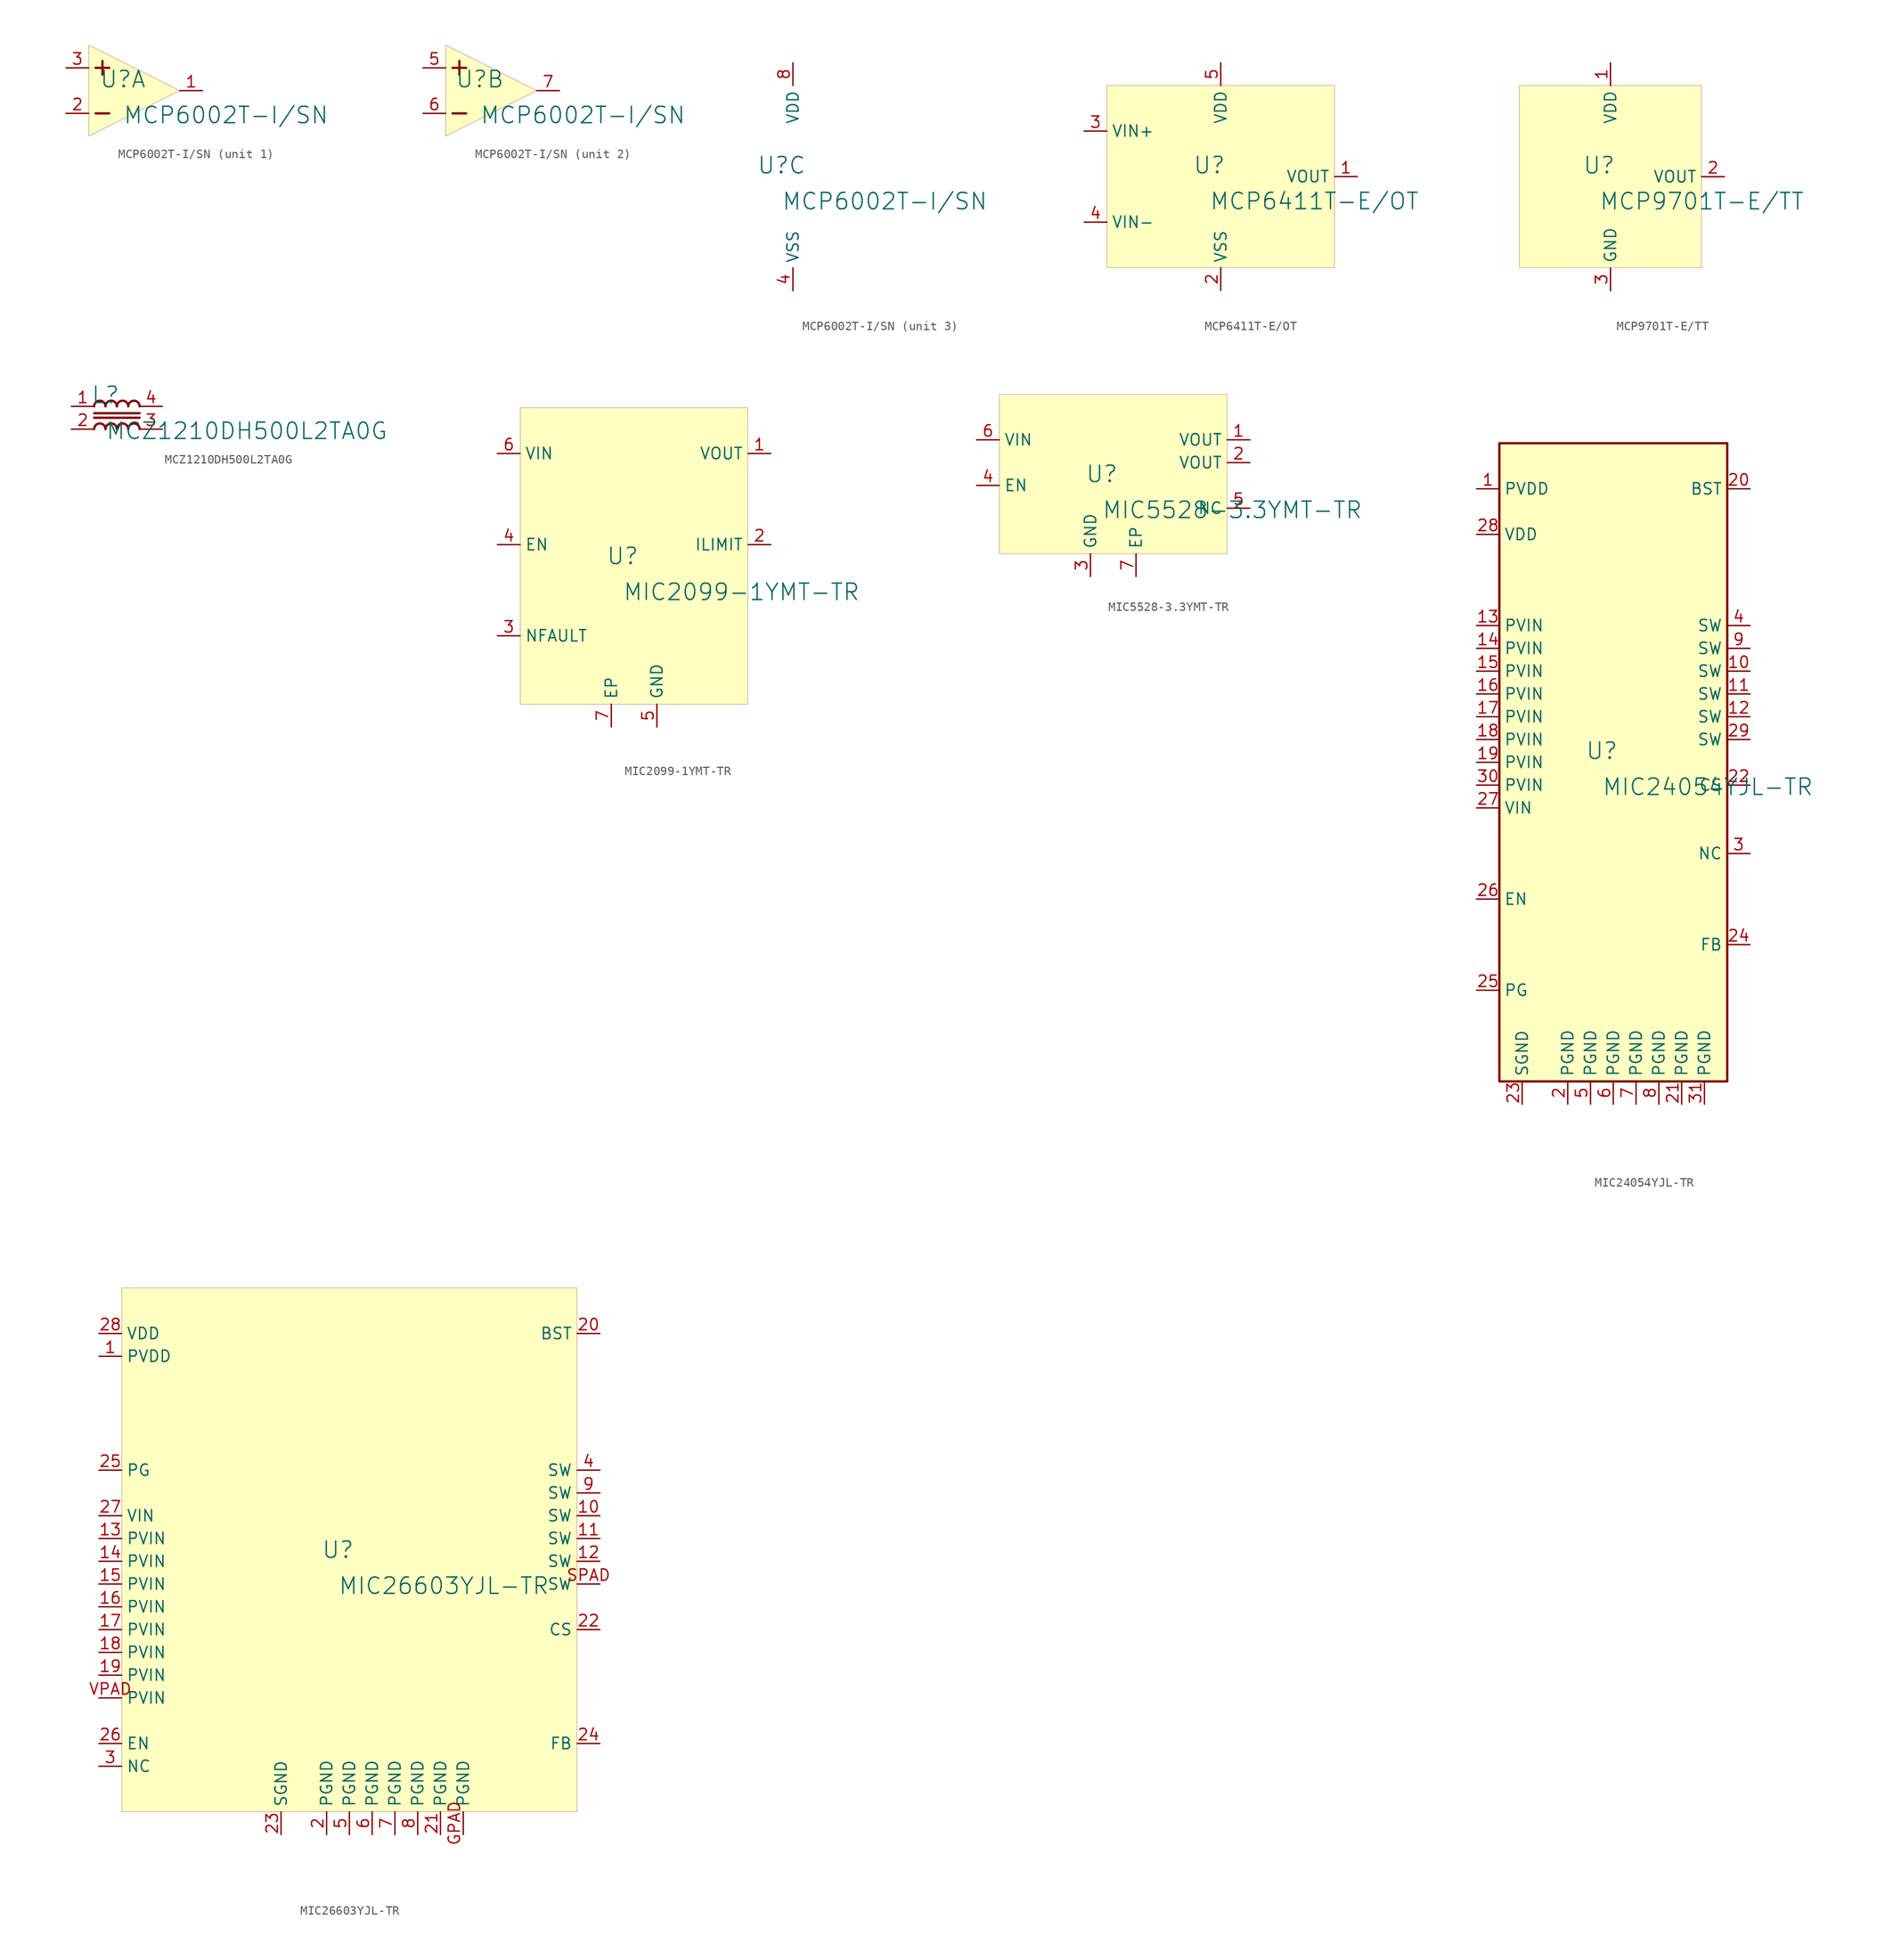
<source format=kicad_sym>
(kicad_symbol_lib
  (version 20231120)
  (generator "kicad_symbol_editor")
  (generator_version "8.0")
  (symbol "MCP6002T-I/SN"
    (property "Reference" "U"
      (at -1.27 1.27 0)
      (effects (font (size 1.829 1.829))))
    (property "Value" "MCP6002T-I/SN"
      (at -1.27 -3.81 0)
      (effects (font (size 1.829 1.829)) (justify left bottom)))
    (symbol "MCP6002T-I/SN_1_0"
      (polyline (pts (xy -4.318 -2.54) (xy -2.794 -2.54)) (stroke (width 0.254) (type solid)) (fill (type none)))
      (polyline (pts (xy -4.318 2.54) (xy -2.794 2.54)) (stroke (width 0.254) (type solid)) (fill (type none)))
      (polyline (pts (xy -3.556 1.778) (xy -3.556 3.302)) (stroke (width 0.254) (type solid)) (fill (type none)))
      (polyline (pts (xy 5.08 0) (xy -5.08 5.08) (xy -5.08 -5.08) (xy 5.08 0) (xy 5.08 0)) (stroke (width 0.025) (type solid)) (fill (type background)))
      (pin output line (at 7.62 0 180) (length 2.54) (name "1OUT" (effects (font (size 0 0)))) (number "1" (effects (font (size 1.27 1.27)))))
      (pin input line (at -7.62 -2.54 0) (length 2.54) (name "1IN-" (effects (font (size 0 0)))) (number "2" (effects (font (size 1.27 1.27)))))
      (pin input line (at -7.62 2.54 0) (length 2.54) (name "1IN+" (effects (font (size 0 0)))) (number "3" (effects (font (size 1.27 1.27))))))
    (symbol "MCP6002T-I/SN_2_0"
      (polyline (pts (xy -4.318 -2.54) (xy -2.794 -2.54)) (stroke (width 0.254) (type solid)) (fill (type none)))
      (polyline (pts (xy -4.318 2.54) (xy -2.794 2.54)) (stroke (width 0.254) (type solid)) (fill (type none)))
      (polyline (pts (xy -3.556 1.778) (xy -3.556 3.302)) (stroke (width 0.254) (type solid)) (fill (type none)))
      (polyline (pts (xy 5.08 0) (xy -5.08 5.08) (xy -5.08 -5.08) (xy 5.08 0) (xy 5.08 0)) (stroke (width 0.025) (type solid)) (fill (type background)))
      (pin input line (at -7.62 2.54 0) (length 2.54) (name "2IN+" (effects (font (size 0 0)))) (number "5" (effects (font (size 1.27 1.27)))))
      (pin input line (at -7.62 -2.54 0) (length 2.54) (name "2IN-" (effects (font (size 0 0)))) (number "6" (effects (font (size 1.27 1.27)))))
      (pin output line (at 7.62 0 180) (length 2.54) (name "2OUT" (effects (font (size 0 0)))) (number "7" (effects (font (size 1.27 1.27))))))
    (symbol "MCP6002T-I/SN_3_0"
      (pin power_in line (at 0 -12.7 90) (length 2.54) (name "VSS" (effects (font (size 1.27 1.27)))) (number "4" (effects (font (size 1.27 1.27)))))
      (pin power_in line (at 0 12.7 270) (length 2.54) (name "VDD" (effects (font (size 1.27 1.27)))) (number "8" (effects (font (size 1.27 1.27)))))))
  (symbol "MCP6411T-E/OT"
    (property "Reference" "U"
      (at -1.27 1.27 0)
      (effects (font (size 1.829 1.829))))
    (property "Value" "MCP6411T-E/OT"
      (at -1.27 -3.81 0)
      (effects (font (size 1.829 1.829)) (justify left bottom)))
    (symbol "MCP6411T-E/OT_1_0"
      (rectangle (start 12.7 10.16) (end -12.7 -10.16) (stroke (width 0.025) (type solid) (color 128 0 0 1)) (fill (type background)))
      (pin output line (at 15.24 0 180) (length 2.54) (name "VOUT" (effects (font (size 1.27 1.27)))) (number "1" (effects (font (size 1.27 1.27)))))
      (pin power_in line (at 0 -12.7 90) (length 2.54) (name "VSS" (effects (font (size 1.27 1.27)))) (number "2" (effects (font (size 1.27 1.27)))))
      (pin input line (at -15.24 5.08 0) (length 2.54) (name "VIN+" (effects (font (size 1.27 1.27)))) (number "3" (effects (font (size 1.27 1.27)))))
      (pin input line (at -15.24 -5.08 0) (length 2.54) (name "VIN-" (effects (font (size 1.27 1.27)))) (number "4" (effects (font (size 1.27 1.27)))))
      (pin power_in line (at 0 12.7 270) (length 2.54) (name "VDD" (effects (font (size 1.27 1.27)))) (number "5" (effects (font (size 1.27 1.27)))))))
  (symbol "MCP9701T-E/TT"
    (property "Reference" "U"
      (at -1.27 1.27 0)
      (effects (font (size 1.829 1.829))))
    (property "Value" "MCP9701T-E/TT"
      (at -1.27 -3.81 0)
      (effects (font (size 1.829 1.829)) (justify left bottom)))
    (symbol "MCP9701T-E/TT_1_0"
      (rectangle (start 10.16 10.16) (end -10.16 -10.16) (stroke (width 0.025) (type solid) (color 128 0 0 1)) (fill (type background)))
      (pin passive line (at 0 12.7 270) (length 2.54) (name "VDD" (effects (font (size 1.27 1.27)))) (number "1" (effects (font (size 1.27 1.27)))))
      (pin passive line (at 12.7 0 180) (length 2.54) (name "VOUT" (effects (font (size 1.27 1.27)))) (number "2" (effects (font (size 1.27 1.27)))))
      (pin passive line (at 0 -12.7 90) (length 2.54) (name "GND" (effects (font (size 1.27 1.27)))) (number "3" (effects (font (size 1.27 1.27)))))))
  (symbol "MCZ1210DH500L2TA0G"
    (property "Reference" "L"
      (at -1.27 1.27 0)
      (effects (font (size 1.829 1.829))))
    (property "Value" "MCZ1210DH500L2TA0G"
      (at -1.27 -3.81 0)
      (effects (font (size 1.829 1.829)) (justify left bottom)))
    (symbol "MCZ1210DH500L2TA0G_1_0"
      (arc (start -1.27 -2.54) (mid -1.905 -1.905) (end -2.54 -2.54) (stroke (width 0.254) (type solid)) (fill (type none)))
      (arc (start -1.27 0) (mid -1.905 0.635) (end -2.54 0) (stroke (width 0.254) (type solid)) (fill (type none)))
      (arc (start 0 -2.54) (mid -0.635 -1.905) (end -1.27 -2.54) (stroke (width 0.254) (type solid)) (fill (type none)))
      (arc (start 0 0) (mid -0.635 0.635) (end -1.27 0) (stroke (width 0.254) (type solid)) (fill (type none)))
      (polyline (pts (xy -2.54 -1.27) (xy 2.54 -1.27)) (stroke (width 0.254) (type solid)) (fill (type none)))
      (polyline (pts (xy 2.54 -0.762) (xy -2.54 -0.762)) (stroke (width 0.254) (type solid)) (fill (type none)))
      (arc (start 1.27 -2.54) (mid 0.635 -1.905) (end 0 -2.54) (stroke (width 0.254) (type solid)) (fill (type none)))
      (arc (start 1.27 0) (mid 0.635 0.635) (end 0 0) (stroke (width 0.254) (type solid)) (fill (type none)))
      (arc (start 2.54 -2.54) (mid 1.905 -1.905) (end 1.27 -2.54) (stroke (width 0.254) (type solid)) (fill (type none)))
      (arc (start 2.54 0) (mid 1.905 0.635) (end 1.27 0) (stroke (width 0.254) (type solid)) (fill (type none)))
      (pin passive line (at -5.08 0 0) (length 2.54) (name "1" (effects (font (size 0 0)))) (number "1" (effects (font (size 1.27 1.27)))))
      (pin passive line (at -5.08 -2.54 0) (length 2.54) (name "2" (effects (font (size 0 0)))) (number "2" (effects (font (size 1.27 1.27)))))
      (pin passive line (at 5.08 -2.54 180) (length 2.54) (name "3" (effects (font (size 0 0)))) (number "3" (effects (font (size 1.27 1.27)))))
      (pin passive line (at 5.08 0 180) (length 2.54) (name "4" (effects (font (size 0 0)))) (number "4" (effects (font (size 1.27 1.27)))))))
  (symbol "MIC2099-1YMT-TR"
    (property "Reference" "U"
      (at -1.27 1.27 0)
      (effects (font (size 1.829 1.829))))
    (property "Value" "MIC2099-1YMT-TR"
      (at -1.27 -3.81 0)
      (effects (font (size 1.829 1.829)) (justify left bottom)))
    (symbol "MIC2099-1YMT-TR_1_0"
      (rectangle (start 12.7 17.78) (end -12.7 -15.24) (stroke (width 0.025) (type solid) (color 128 0 0 1)) (fill (type background)))
      (pin power_in line (at 15.24 12.7 180) (length 2.54) (name "VOUT" (effects (font (size 1.27 1.27)))) (number "1" (effects (font (size 1.27 1.27)))))
      (pin passive line (at 15.24 2.54 180) (length 2.54) (name "ILIMIT" (effects (font (size 1.27 1.27)))) (number "2" (effects (font (size 1.27 1.27)))))
      (pin open_collector line (at -15.24 -7.62 0) (length 2.54) (name "NFAULT" (effects (font (size 1.27 1.27)))) (number "3" (effects (font (size 1.27 1.27)))))
      (pin input line (at -15.24 2.54 0) (length 2.54) (name "EN" (effects (font (size 1.27 1.27)))) (number "4" (effects (font (size 1.27 1.27)))))
      (pin power_in line (at 2.54 -17.78 90) (length 2.54) (name "GND" (effects (font (size 1.27 1.27)))) (number "5" (effects (font (size 1.27 1.27)))))
      (pin power_in line (at -15.24 12.7 0) (length 2.54) (name "VIN" (effects (font (size 1.27 1.27)))) (number "6" (effects (font (size 1.27 1.27)))))
      (pin power_in line (at -2.54 -17.78 90) (length 2.54) (name "EP" (effects (font (size 1.27 1.27)))) (number "7" (effects (font (size 1.27 1.27)))))))
  (symbol "MIC5528-3.3YMT-TR"
    (property "Reference" "U"
      (at -1.27 1.27 0)
      (effects (font (size 1.829 1.829))))
    (property "Value" "MIC5528-3.3YMT-TR"
      (at -1.27 -3.81 0)
      (effects (font (size 1.829 1.829)) (justify left bottom)))
    (symbol "MIC5528-3.3YMT-TR_1_0"
      (rectangle (start 12.7 10.16) (end -12.7 -7.62) (stroke (width 0.025) (type solid) (color 128 0 0 1)) (fill (type background)))
      (pin passive line (at 15.24 5.08 180) (length 2.54) (name "VOUT" (effects (font (size 1.27 1.27)))) (number "1" (effects (font (size 1.27 1.27)))))
      (pin passive line (at 15.24 2.54 180) (length 2.54) (name "VOUT" (effects (font (size 1.27 1.27)))) (number "2" (effects (font (size 1.27 1.27)))))
      (pin passive line (at -2.54 -10.16 90) (length 2.54) (name "GND" (effects (font (size 1.27 1.27)))) (number "3" (effects (font (size 1.27 1.27)))))
      (pin passive line (at -15.24 0 0) (length 2.54) (name "EN" (effects (font (size 1.27 1.27)))) (number "4" (effects (font (size 1.27 1.27)))))
      (pin passive line (at 15.24 -2.54 180) (length 2.54) (name "NC" (effects (font (size 1.27 1.27)))) (number "5" (effects (font (size 1.27 1.27)))))
      (pin passive line (at -15.24 5.08 0) (length 2.54) (name "VIN" (effects (font (size 1.27 1.27)))) (number "6" (effects (font (size 1.27 1.27)))))
      (pin passive line (at 2.54 -10.16 90) (length 2.54) (name "EP" (effects (font (size 1.27 1.27)))) (number "7" (effects (font (size 1.27 1.27)))))))
  (symbol "MIC24054YJL-TR"
    (property "Reference" "U"
      (at -1.27 1.27 0)
      (effects (font (size 1.829 1.829))))
    (property "Value" "MIC24054YJL-TR"
      (at -1.27 -3.81 0)
      (effects (font (size 1.829 1.829)) (justify left bottom)))
    (symbol "MIC24054YJL-TR_1_0"
      (rectangle (start 12.7 35.56) (end -12.7 -35.56) (stroke (width 0.254) (type solid) (color 128 0 0 1)) (fill (type background)))
      (pin passive line (at -15.24 30.48 0) (length 2.54) (name "PVDD" (effects (font (size 1.27 1.27)))) (number "1" (effects (font (size 1.27 1.27)))))
      (pin passive line (at 15.24 10.16 180) (length 2.54) (name "SW" (effects (font (size 1.27 1.27)))) (number "10" (effects (font (size 1.27 1.27)))))
      (pin passive line (at 15.24 7.62 180) (length 2.54) (name "SW" (effects (font (size 1.27 1.27)))) (number "11" (effects (font (size 1.27 1.27)))))
      (pin passive line (at 15.24 5.08 180) (length 2.54) (name "SW" (effects (font (size 1.27 1.27)))) (number "12" (effects (font (size 1.27 1.27)))))
      (pin passive line (at -15.24 15.24 0) (length 2.54) (name "PVIN" (effects (font (size 1.27 1.27)))) (number "13" (effects (font (size 1.27 1.27)))))
      (pin passive line (at -15.24 12.7 0) (length 2.54) (name "PVIN" (effects (font (size 1.27 1.27)))) (number "14" (effects (font (size 1.27 1.27)))))
      (pin passive line (at -15.24 10.16 0) (length 2.54) (name "PVIN" (effects (font (size 1.27 1.27)))) (number "15" (effects (font (size 1.27 1.27)))))
      (pin passive line (at -15.24 7.62 0) (length 2.54) (name "PVIN" (effects (font (size 1.27 1.27)))) (number "16" (effects (font (size 1.27 1.27)))))
      (pin passive line (at -15.24 5.08 0) (length 2.54) (name "PVIN" (effects (font (size 1.27 1.27)))) (number "17" (effects (font (size 1.27 1.27)))))
      (pin passive line (at -15.24 2.54 0) (length 2.54) (name "PVIN" (effects (font (size 1.27 1.27)))) (number "18" (effects (font (size 1.27 1.27)))))
      (pin passive line (at -15.24 0 0) (length 2.54) (name "PVIN" (effects (font (size 1.27 1.27)))) (number "19" (effects (font (size 1.27 1.27)))))
      (pin passive line (at -5.08 -38.1 90) (length 2.54) (name "PGND" (effects (font (size 1.27 1.27)))) (number "2" (effects (font (size 1.27 1.27)))))
      (pin passive line (at 15.24 30.48 180) (length 2.54) (name "BST" (effects (font (size 1.27 1.27)))) (number "20" (effects (font (size 1.27 1.27)))))
      (pin passive line (at 7.62 -38.1 90) (length 2.54) (name "PGND" (effects (font (size 1.27 1.27)))) (number "21" (effects (font (size 1.27 1.27)))))
      (pin passive line (at 15.24 -2.54 180) (length 2.54) (name "CS" (effects (font (size 1.27 1.27)))) (number "22" (effects (font (size 1.27 1.27)))))
      (pin passive line (at -10.16 -38.1 90) (length 2.54) (name "SGND" (effects (font (size 1.27 1.27)))) (number "23" (effects (font (size 1.27 1.27)))))
      (pin passive line (at 15.24 -20.32 180) (length 2.54) (name "FB" (effects (font (size 1.27 1.27)))) (number "24" (effects (font (size 1.27 1.27)))))
      (pin passive line (at -15.24 -25.4 0) (length 2.54) (name "PG" (effects (font (size 1.27 1.27)))) (number "25" (effects (font (size 1.27 1.27)))))
      (pin passive line (at -15.24 -15.24 0) (length 2.54) (name "EN" (effects (font (size 1.27 1.27)))) (number "26" (effects (font (size 1.27 1.27)))))
      (pin passive line (at -15.24 -5.08 0) (length 2.54) (name "VIN" (effects (font (size 1.27 1.27)))) (number "27" (effects (font (size 1.27 1.27)))))
      (pin passive line (at -15.24 25.4 0) (length 2.54) (name "VDD" (effects (font (size 1.27 1.27)))) (number "28" (effects (font (size 1.27 1.27)))))
      (pin passive line (at 15.24 2.54 180) (length 2.54) (name "SW" (effects (font (size 1.27 1.27)))) (number "29" (effects (font (size 1.27 1.27)))))
      (pin passive line (at 15.24 -10.16 180) (length 2.54) (name "NC" (effects (font (size 1.27 1.27)))) (number "3" (effects (font (size 1.27 1.27)))))
      (pin passive line (at -15.24 -2.54 0) (length 2.54) (name "PVIN" (effects (font (size 1.27 1.27)))) (number "30" (effects (font (size 1.27 1.27)))))
      (pin passive line (at 10.16 -38.1 90) (length 2.54) (name "PGND" (effects (font (size 1.27 1.27)))) (number "31" (effects (font (size 1.27 1.27)))))
      (pin passive line (at 15.24 15.24 180) (length 2.54) (name "SW" (effects (font (size 1.27 1.27)))) (number "4" (effects (font (size 1.27 1.27)))))
      (pin passive line (at -2.54 -38.1 90) (length 2.54) (name "PGND" (effects (font (size 1.27 1.27)))) (number "5" (effects (font (size 1.27 1.27)))))
      (pin passive line (at 0 -38.1 90) (length 2.54) (name "PGND" (effects (font (size 1.27 1.27)))) (number "6" (effects (font (size 1.27 1.27)))))
      (pin passive line (at 2.54 -38.1 90) (length 2.54) (name "PGND" (effects (font (size 1.27 1.27)))) (number "7" (effects (font (size 1.27 1.27)))))
      (pin passive line (at 5.08 -38.1 90) (length 2.54) (name "PGND" (effects (font (size 1.27 1.27)))) (number "8" (effects (font (size 1.27 1.27)))))
      (pin passive line (at 15.24 12.7 180) (length 2.54) (name "SW" (effects (font (size 1.27 1.27)))) (number "9" (effects (font (size 1.27 1.27)))))))
  (symbol "MIC26603YJL-TR"
    (property "Reference" "U"
      (at -1.27 1.27 0)
      (effects (font (size 1.829 1.829))))
    (property "Value" "MIC26603YJL-TR"
      (at -1.27 -3.81 0)
      (effects (font (size 1.829 1.829)) (justify left bottom)))
    (symbol "MIC26603YJL-TR_1_0"
      (rectangle (start 25.4 30.48) (end -25.4 -27.94) (stroke (width 0.025) (type solid) (color 128 0 0 1)) (fill (type background)))
      (pin passive line (at -27.94 22.86 0) (length 2.54) (name "PVDD" (effects (font (size 1.27 1.27)))) (number "1" (effects (font (size 1.27 1.27)))))
      (pin passive line (at 27.94 5.08 180) (length 2.54) (name "SW" (effects (font (size 1.27 1.27)))) (number "10" (effects (font (size 1.27 1.27)))))
      (pin passive line (at 27.94 2.54 180) (length 2.54) (name "SW" (effects (font (size 1.27 1.27)))) (number "11" (effects (font (size 1.27 1.27)))))
      (pin passive line (at 27.94 0 180) (length 2.54) (name "SW" (effects (font (size 1.27 1.27)))) (number "12" (effects (font (size 1.27 1.27)))))
      (pin passive line (at -27.94 2.54 0) (length 2.54) (name "PVIN" (effects (font (size 1.27 1.27)))) (number "13" (effects (font (size 1.27 1.27)))))
      (pin passive line (at -27.94 0 0) (length 2.54) (name "PVIN" (effects (font (size 1.27 1.27)))) (number "14" (effects (font (size 1.27 1.27)))))
      (pin passive line (at -27.94 -2.54 0) (length 2.54) (name "PVIN" (effects (font (size 1.27 1.27)))) (number "15" (effects (font (size 1.27 1.27)))))
      (pin passive line (at -27.94 -5.08 0) (length 2.54) (name "PVIN" (effects (font (size 1.27 1.27)))) (number "16" (effects (font (size 1.27 1.27)))))
      (pin passive line (at -27.94 -7.62 0) (length 2.54) (name "PVIN" (effects (font (size 1.27 1.27)))) (number "17" (effects (font (size 1.27 1.27)))))
      (pin passive line (at -27.94 -10.16 0) (length 2.54) (name "PVIN" (effects (font (size 1.27 1.27)))) (number "18" (effects (font (size 1.27 1.27)))))
      (pin passive line (at -27.94 -12.7 0) (length 2.54) (name "PVIN" (effects (font (size 1.27 1.27)))) (number "19" (effects (font (size 1.27 1.27)))))
      (pin passive line (at -2.54 -30.48 90) (length 2.54) (name "PGND" (effects (font (size 1.27 1.27)))) (number "2" (effects (font (size 1.27 1.27)))))
      (pin passive line (at 27.94 25.4 180) (length 2.54) (name "BST" (effects (font (size 1.27 1.27)))) (number "20" (effects (font (size 1.27 1.27)))))
      (pin passive line (at 10.16 -30.48 90) (length 2.54) (name "PGND" (effects (font (size 1.27 1.27)))) (number "21" (effects (font (size 1.27 1.27)))))
      (pin passive line (at 27.94 -7.62 180) (length 2.54) (name "CS" (effects (font (size 1.27 1.27)))) (number "22" (effects (font (size 1.27 1.27)))))
      (pin passive line (at -7.62 -30.48 90) (length 2.54) (name "SGND" (effects (font (size 1.27 1.27)))) (number "23" (effects (font (size 1.27 1.27)))))
      (pin passive line (at 27.94 -20.32 180) (length 2.54) (name "FB" (effects (font (size 1.27 1.27)))) (number "24" (effects (font (size 1.27 1.27)))))
      (pin passive line (at -27.94 10.16 0) (length 2.54) (name "PG" (effects (font (size 1.27 1.27)))) (number "25" (effects (font (size 1.27 1.27)))))
      (pin passive line (at -27.94 -20.32 0) (length 2.54) (name "EN" (effects (font (size 1.27 1.27)))) (number "26" (effects (font (size 1.27 1.27)))))
      (pin passive line (at -27.94 5.08 0) (length 2.54) (name "VIN" (effects (font (size 1.27 1.27)))) (number "27" (effects (font (size 1.27 1.27)))))
      (pin passive line (at -27.94 25.4 0) (length 2.54) (name "VDD" (effects (font (size 1.27 1.27)))) (number "28" (effects (font (size 1.27 1.27)))))
      (pin passive line (at -27.94 -22.86 0) (length 2.54) (name "NC" (effects (font (size 1.27 1.27)))) (number "3" (effects (font (size 1.27 1.27)))))
      (pin passive line (at 27.94 10.16 180) (length 2.54) (name "SW" (effects (font (size 1.27 1.27)))) (number "4" (effects (font (size 1.27 1.27)))))
      (pin passive line (at 0 -30.48 90) (length 2.54) (name "PGND" (effects (font (size 1.27 1.27)))) (number "5" (effects (font (size 1.27 1.27)))))
      (pin passive line (at 2.54 -30.48 90) (length 2.54) (name "PGND" (effects (font (size 1.27 1.27)))) (number "6" (effects (font (size 1.27 1.27)))))
      (pin passive line (at 5.08 -30.48 90) (length 2.54) (name "PGND" (effects (font (size 1.27 1.27)))) (number "7" (effects (font (size 1.27 1.27)))))
      (pin passive line (at 7.62 -30.48 90) (length 2.54) (name "PGND" (effects (font (size 1.27 1.27)))) (number "8" (effects (font (size 1.27 1.27)))))
      (pin passive line (at 27.94 7.62 180) (length 2.54) (name "SW" (effects (font (size 1.27 1.27)))) (number "9" (effects (font (size 1.27 1.27)))))
      (pin passive line (at 12.7 -30.48 90) (length 2.54) (name "PGND" (effects (font (size 1.27 1.27)))) (number "GPAD" (effects (font (size 1.27 1.27)))))
      (pin passive line (at 27.94 -2.54 180) (length 2.54) (name "SW" (effects (font (size 1.27 1.27)))) (number "SPAD" (effects (font (size 1.27 1.27)))))
      (pin passive line (at -27.94 -15.24 0) (length 2.54) (name "PVIN" (effects (font (size 1.27 1.27)))) (number "VPAD" (effects (font (size 1.27 1.27))))))))
</source>
